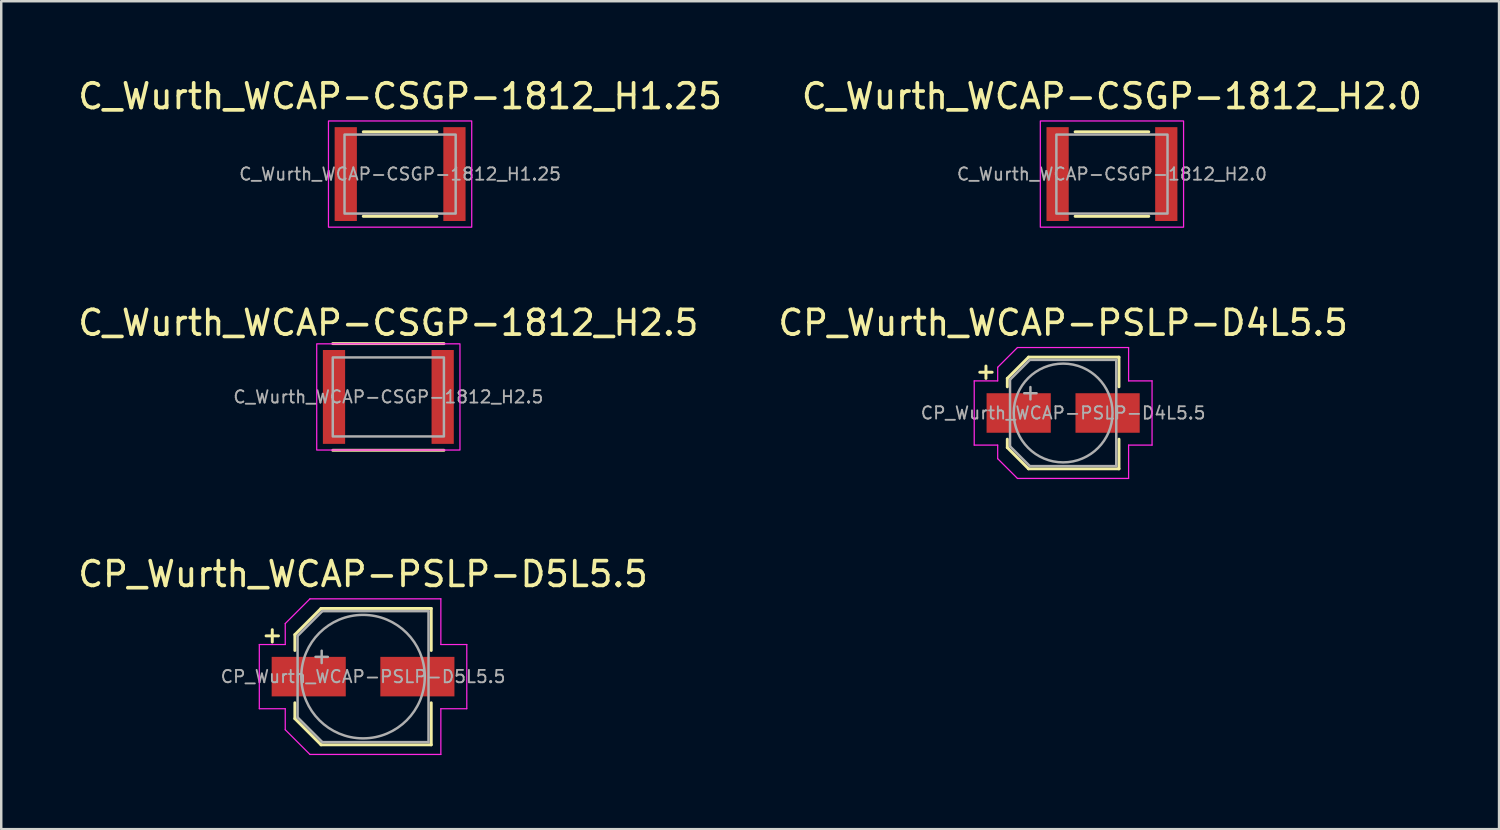
<source format=kicad_pcb>
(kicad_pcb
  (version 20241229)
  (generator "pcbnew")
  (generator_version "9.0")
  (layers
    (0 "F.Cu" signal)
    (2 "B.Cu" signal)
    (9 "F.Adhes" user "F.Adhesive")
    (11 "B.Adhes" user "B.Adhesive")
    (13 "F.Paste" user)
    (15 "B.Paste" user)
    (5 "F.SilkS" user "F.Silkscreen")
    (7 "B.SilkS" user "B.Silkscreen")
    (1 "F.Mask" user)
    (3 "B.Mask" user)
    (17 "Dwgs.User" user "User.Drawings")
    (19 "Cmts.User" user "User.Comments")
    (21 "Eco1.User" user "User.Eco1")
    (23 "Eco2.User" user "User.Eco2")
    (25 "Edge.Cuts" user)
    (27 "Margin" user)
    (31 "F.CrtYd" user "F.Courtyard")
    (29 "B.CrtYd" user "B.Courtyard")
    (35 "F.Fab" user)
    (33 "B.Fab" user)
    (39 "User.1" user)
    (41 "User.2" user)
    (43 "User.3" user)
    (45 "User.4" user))
  (footprint "C_Wurth_WCAP-CSGP-1812_H2.0"
    (layer "F.Cu")
    (at 41.97 3.998)
    (property "Reference" "C_Wurth_WCAP-CSGP-1812_H2.0" (at 0 -3.15 0) (unlocked yes) (layer "F.SilkS") (effects (font (size 1 1) (thickness 0.15))))
    (attr smd)
    (fp_line (start -1.49 -1.71) (end 1.49 -1.71) (stroke (width 0.12) (type solid)) (layer "F.SilkS"))
    (fp_line (start -1.49 1.71) (end 1.49 1.71) (stroke (width 0.12) (type solid)) (layer "F.SilkS"))
    (fp_rect (start -2.9 -2.15) (end 2.9 2.15) (stroke (width 0.05) (type solid)) (fill no) (layer "F.CrtYd"))
    (fp_rect (start -2.25 -1.6) (end 2.25 1.6) (stroke (width 0.1) (type solid)) (fill no) (layer "F.Fab"))
    (fp_text user "${REFERENCE}" (at 0 0 0) (unlocked yes) (layer "F.Fab") (effects (font (size 0.5 0.5) (thickness 0.075))))
    (pad "1" smd rect (at -2.2 0) (size 0.9 3.8) (layers "F.Cu" "F.Mask" "F.Paste"))
    (pad "2" smd rect (at 2.2 0) (size 0.9 3.8) (layers "F.Cu" "F.Mask" "F.Paste")))
  (footprint "C_Wurth_WCAP-CSGP-1812_H1.25"
    (layer "F.Cu")
    (at 13.149 3.998)
    (property "Reference" "C_Wurth_WCAP-CSGP-1812_H1.25" (at 0 -3.15 0) (unlocked yes) (layer "F.SilkS") (effects (font (size 1 1) (thickness 0.15))))
    (attr smd)
    (fp_line (start -1.49 -1.71) (end 1.49 -1.71) (stroke (width 0.12) (type solid)) (layer "F.SilkS"))
    (fp_line (start -1.49 1.71) (end 1.49 1.71) (stroke (width 0.12) (type solid)) (layer "F.SilkS"))
    (fp_rect (start -2.9 -2.15) (end 2.9 2.15) (stroke (width 0.05) (type solid)) (fill no) (layer "F.CrtYd"))
    (fp_rect (start -2.25 -1.6) (end 2.25 1.6) (stroke (width 0.1) (type solid)) (fill no) (layer "F.Fab"))
    (fp_text user "${REFERENCE}" (at 0 0 0) (unlocked yes) (layer "F.Fab") (effects (font (size 0.5 0.5) (thickness 0.075))))
    (pad "1" smd rect (at -2.2 0) (size 0.9 3.8) (layers "F.Cu" "F.Mask" "F.Paste"))
    (pad "2" smd rect (at 2.2 0) (size 0.9 3.8) (layers "F.Cu" "F.Mask" "F.Paste")))
  (footprint "C_Wurth_WCAP-CSGP-1812_H2.5"
    (layer "F.Cu")
    (at 12.673 13.021)
    (property "Reference" "C_Wurth_WCAP-CSGP-1812_H2.5" (at 0 -3 0) (unlocked yes) (layer "F.SilkS") (effects (font (size 1 1) (thickness 0.15))))
    (attr smd)
    (fp_line (start -2.25 -2.16) (end 2.25 -2.16) (stroke (width 0.12) (type default)) (layer "F.SilkS"))
    (fp_line (start -2.25 2.16) (end 2.25 2.16) (stroke (width 0.12) (type default)) (layer "F.SilkS"))
    (fp_rect (start -2.9 -2.15) (end 2.9 2.15) (stroke (width 0.05) (type default)) (fill no) (layer "F.CrtYd"))
    (fp_rect (start -2.25 -1.6) (end 2.25 1.6) (stroke (width 0.1) (type default)) (fill no) (layer "F.Fab"))
    (fp_text user "${REFERENCE}" (at 0 0 0) (unlocked yes) (layer "F.Fab") (effects (font (size 0.5 0.5) (thickness 0.075))))
    (pad "1" smd rect (at -2.2 0) (size 0.9 3.8) (layers "F.Cu" "F.Mask" "F.Paste"))
    (pad "2" smd rect (at 2.2 0) (size 0.9 3.8) (layers "F.Cu" "F.Mask" "F.Paste")))
  (footprint "CP_Wurth_WCAP-PSLP-D5L5.5"
    (layer "F.Cu")
    (at 11.649 24.345)
    (property "Reference" "CP_Wurth_WCAP-PSLP-D5L5.5" (at 0 -4.15 0) (unlocked yes) (layer "F.SilkS") (effects (font (size 1 1) (thickness 0.15))))
    (attr smd)
    (fp_line (start -3.675 -1.4) (end -3.675 -1.9) (stroke (width 0.12) (type solid)) (layer "F.SilkS"))
    (fp_line (start -3.425 -1.65) (end -3.925 -1.65) (stroke (width 0.12) (type solid)) (layer "F.SilkS"))
    (fp_line (start -2.76 -1.7) (end -2.76 -1.06) (stroke (width 0.12) (type default)) (layer "F.SilkS"))
    (fp_line (start -2.76 -1.7) (end -1.7 -2.76) (stroke (width 0.12) (type default)) (layer "F.SilkS"))
    (fp_line (start -2.76 1.7) (end -2.76 1.06) (stroke (width 0.12) (type default)) (layer "F.SilkS"))
    (fp_line (start -2.76 1.7) (end -1.7 2.76) (stroke (width 0.12) (type default)) (layer "F.SilkS"))
    (fp_line (start -1.7 -2.76) (end 2.76 -2.76) (stroke (width 0.12) (type solid)) (layer "F.SilkS"))
    (fp_line (start -1.7 2.76) (end 2.76 2.76) (stroke (width 0.12) (type solid)) (layer "F.SilkS"))
    (fp_line (start 2.76 -2.76) (end 2.76 -1.06) (stroke (width 0.12) (type default)) (layer "F.SilkS"))
    (fp_line (start 2.76 1.06) (end 2.76 2.76) (stroke (width 0.12) (type default)) (layer "F.SilkS"))
    (fp_line (start -4.2 -1.3) (end -4.2 1.3) (stroke (width 0.05) (type default)) (layer "F.CrtYd"))
    (fp_line (start -4.2 -1.3) (end -3.15 -1.3) (stroke (width 0.05) (type default)) (layer "F.CrtYd"))
    (fp_line (start -4.2 1.3) (end -3.15 1.3) (stroke (width 0.05) (type default)) (layer "F.CrtYd"))
    (fp_line (start -3.15 -2.15) (end -3.15 -1.3) (stroke (width 0.05) (type default)) (layer "F.CrtYd"))
    (fp_line (start -3.15 -2.15) (end -2.15 -3.15) (stroke (width 0.05) (type default)) (layer "F.CrtYd"))
    (fp_line (start -3.15 1.3) (end -3.15 2.15) (stroke (width 0.05) (type default)) (layer "F.CrtYd"))
    (fp_line (start -3.15 2.15) (end -2.15 3.15) (stroke (width 0.05) (type default)) (layer "F.CrtYd"))
    (fp_line (start -2.15 -3.15) (end 3.15 -3.15) (stroke (width 0.05) (type default)) (layer "F.CrtYd"))
    (fp_line (start -2.15 3.15) (end 3.15 3.15) (stroke (width 0.05) (type default)) (layer "F.CrtYd"))
    (fp_line (start 3.15 -3.15) (end 3.15 -1.3) (stroke (width 0.05) (type default)) (layer "F.CrtYd"))
    (fp_line (start 3.15 -1.3) (end 4.2 -1.3) (stroke (width 0.05) (type default)) (layer "F.CrtYd"))
    (fp_line (start 3.15 1.3) (end 3.15 3.15) (stroke (width 0.05) (type default)) (layer "F.CrtYd"))
    (fp_line (start 3.15 1.3) (end 4.2 1.3) (stroke (width 0.05) (type default)) (layer "F.CrtYd"))
    (fp_line (start 4.2 -1.3) (end 4.2 1.3) (stroke (width 0.05) (type default)) (layer "F.CrtYd"))
    (fp_line (start -2.65 -1.65) (end -1.65 -2.65) (stroke (width 0.1) (type default)) (layer "F.Fab"))
    (fp_line (start -2.65 1.65) (end -2.65 -1.65) (stroke (width 0.1) (type default)) (layer "F.Fab"))
    (fp_line (start -1.675 -0.55) (end -1.675 -1.05) (stroke (width 0.1) (type default)) (layer "F.Fab"))
    (fp_line (start -1.65 -2.65) (end 2.65 -2.65) (stroke (width 0.1) (type default)) (layer "F.Fab"))
    (fp_line (start -1.65 2.65) (end -2.65 1.65) (stroke (width 0.1) (type default)) (layer "F.Fab"))
    (fp_line (start -1.425 -0.8) (end -1.925 -0.8) (stroke (width 0.1) (type default)) (layer "F.Fab"))
    (fp_line (start 2.65 -2.65) (end 2.65 2.65) (stroke (width 0.1) (type default)) (layer "F.Fab"))
    (fp_line (start 2.65 2.65) (end -1.65 2.65) (stroke (width 0.1) (type default)) (layer "F.Fab"))
    (fp_circle (center 0 0) (end 2.5 0) (stroke (width 0.1) (type default)) (fill no) (layer "F.Fab"))
    (fp_text user "${REFERENCE}" (at 0 0 0) (unlocked yes) (layer "F.Fab") (effects (font (size 0.5 0.5) (thickness 0.075))))
    (pad "1" smd rect (at -2.2 0) (size 3 1.6) (layers "F.Cu" "F.Mask" "F.Paste"))
    (pad "2" smd rect (at 2.2 0) (size 3 1.6) (layers "F.Cu" "F.Mask" "F.Paste")))
  (footprint "CP_Wurth_WCAP-PSLP-D4L5.5"
    (layer "F.Cu")
    (at 39.994 13.671)
    (property "Reference" "CP_Wurth_WCAP-PSLP-D4L5.5" (at 0 -3.65 0) (unlocked yes) (layer "F.SilkS") (effects (font (size 1 1) (thickness 0.15))))
    (attr smd)
    (fp_line (start -3.125 -1.4) (end -3.125 -1.9) (stroke (width 0.12) (type solid)) (layer "F.SilkS"))
    (fp_line (start -2.875 -1.65) (end -3.375 -1.65) (stroke (width 0.12) (type solid)) (layer "F.SilkS"))
    (fp_line (start -2.26 -1.4) (end -2.26 -1.06) (stroke (width 0.12) (type default)) (layer "F.SilkS"))
    (fp_line (start -2.26 -1.4) (end -1.4 -2.26) (stroke (width 0.12) (type default)) (layer "F.SilkS"))
    (fp_line (start -2.26 1.4) (end -2.26 1.06) (stroke (width 0.12) (type default)) (layer "F.SilkS"))
    (fp_line (start -2.26 1.4) (end -1.4 2.26) (stroke (width 0.12) (type default)) (layer "F.SilkS"))
    (fp_line (start -1.4 -2.26) (end 2.26 -2.26) (stroke (width 0.12) (type solid)) (layer "F.SilkS"))
    (fp_line (start -1.4 2.26) (end 2.26 2.26) (stroke (width 0.12) (type solid)) (layer "F.SilkS"))
    (fp_line (start 2.26 -2.26) (end 2.26 -1.06) (stroke (width 0.12) (type default)) (layer "F.SilkS"))
    (fp_line (start 2.26 1.06) (end 2.26 2.26) (stroke (width 0.12) (type default)) (layer "F.SilkS"))
    (fp_line (start -3.6 -1.3) (end -3.6 1.3) (stroke (width 0.05) (type default)) (layer "F.CrtYd"))
    (fp_line (start -3.6 -1.3) (end -2.65 -1.3) (stroke (width 0.05) (type default)) (layer "F.CrtYd"))
    (fp_line (start -3.6 1.3) (end -2.65 1.3) (stroke (width 0.05) (type default)) (layer "F.CrtYd"))
    (fp_line (start -2.65 -1.85) (end -2.65 -1.3) (stroke (width 0.05) (type default)) (layer "F.CrtYd"))
    (fp_line (start -2.65 -1.85) (end -1.85 -2.65) (stroke (width 0.05) (type default)) (layer "F.CrtYd"))
    (fp_line (start -2.65 1.3) (end -2.65 1.85) (stroke (width 0.05) (type default)) (layer "F.CrtYd"))
    (fp_line (start -2.65 1.85) (end -1.85 2.65) (stroke (width 0.05) (type default)) (layer "F.CrtYd"))
    (fp_line (start -1.85 -2.65) (end 2.65 -2.65) (stroke (width 0.05) (type default)) (layer "F.CrtYd"))
    (fp_line (start -1.85 2.65) (end 2.65 2.65) (stroke (width 0.05) (type default)) (layer "F.CrtYd"))
    (fp_line (start 2.65 -2.65) (end 2.65 -1.3) (stroke (width 0.05) (type default)) (layer "F.CrtYd"))
    (fp_line (start 2.65 -1.3) (end 3.6 -1.3) (stroke (width 0.05) (type default)) (layer "F.CrtYd"))
    (fp_line (start 2.65 1.3) (end 2.65 2.65) (stroke (width 0.05) (type default)) (layer "F.CrtYd"))
    (fp_line (start 2.65 1.3) (end 3.6 1.3) (stroke (width 0.05) (type default)) (layer "F.CrtYd"))
    (fp_line (start 3.6 -1.3) (end 3.6 1.3) (stroke (width 0.05) (type default)) (layer "F.CrtYd"))
    (fp_line (start -2.15 -1.35) (end -1.35 -2.15) (stroke (width 0.1) (type default)) (layer "F.Fab"))
    (fp_line (start -2.15 1.35) (end -2.15 -1.35) (stroke (width 0.1) (type default)) (layer "F.Fab"))
    (fp_line (start -1.35 -2.15) (end 2.15 -2.15) (stroke (width 0.1) (type default)) (layer "F.Fab"))
    (fp_line (start -1.35 2.15) (end -2.15 1.35) (stroke (width 0.1) (type default)) (layer "F.Fab"))
    (fp_line (start -1.325 -0.55) (end -1.325 -1.05) (stroke (width 0.1) (type default)) (layer "F.Fab"))
    (fp_line (start -1.075 -0.8) (end -1.575 -0.8) (stroke (width 0.1) (type default)) (layer "F.Fab"))
    (fp_line (start 2.15 -2.15) (end 2.15 2.15) (stroke (width 0.1) (type default)) (layer "F.Fab"))
    (fp_line (start 2.15 2.15) (end -1.35 2.15) (stroke (width 0.1) (type default)) (layer "F.Fab"))
    (fp_circle (center 0 0) (end 2 0) (stroke (width 0.1) (type default)) (fill no) (layer "F.Fab"))
    (fp_text user "${REFERENCE}" (at 0 0 0) (unlocked yes) (layer "F.Fab") (effects (font (size 0.5 0.5) (thickness 0.075))))
    (pad "1" smd rect (at -1.8 0) (size 2.6 1.6) (layers "F.Cu" "F.Mask" "F.Paste"))
    (pad "2" smd rect (at 1.8 0) (size 2.6 1.6) (layers "F.Cu" "F.Mask" "F.Paste")))
  (gr_rect
    (start -3 -3)
    (end 57.643 30.52)
    (stroke (width 0.1) (type default))
    (fill no)
    (layer "Edge.Cuts")))
</source>
